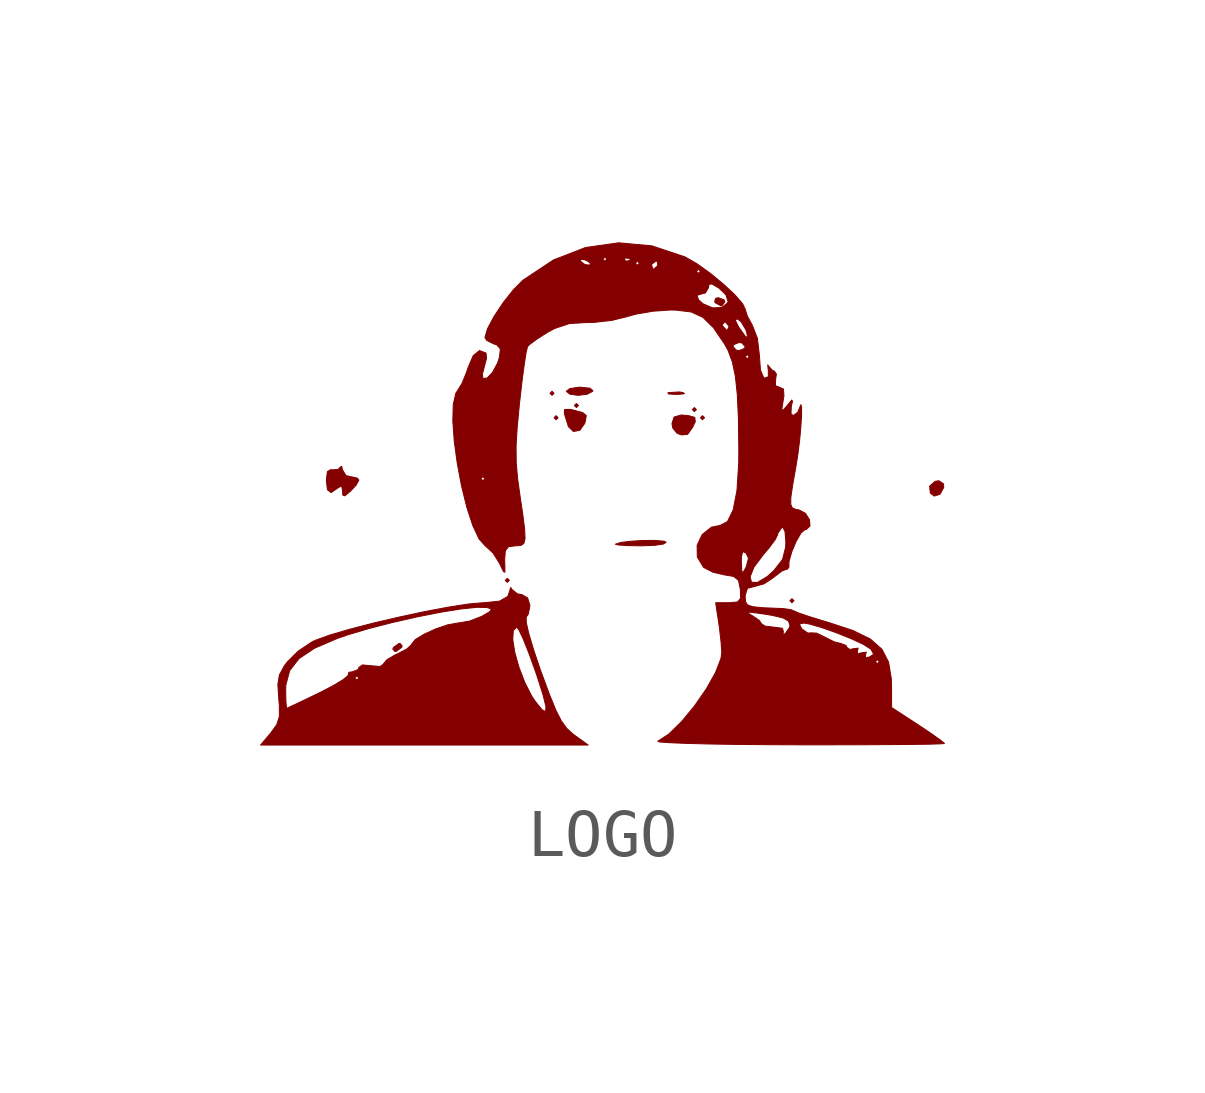
<source format=kicad_sym>
(kicad_symbol_lib
  (version 20220914)
  (generator "bitmap2component")
  (generator_version "9.0")
  (symbol "LOGO"
    (pin_names
      (offset 1.016))
    (property "Reference" "#G"
      (at 0 5.63 0)
      (effects (font (size 1.27 1.27)) hide))
    (symbol "LOGO_0_0"
      (polyline (pts (xy -0.344 -6.054) (xy -0.375 -6.03) (xy -0.499 -5.916) (xy -0.61 -5.763) (xy -0.724 -5.54) (xy -0.856 -5.216) (xy -1.024 -4.763) (xy -1.051 -4.689) (xy -1.188 -4.281) (xy -1.288 -3.945) (xy -1.342 -3.709) (xy -1.342 -3.603) (xy -1.298 -3.537) (xy -1.264 -3.359) (xy -1.313 -3.201) (xy -1.432 -3.133) (xy -1.527 -3.116) (xy -1.637 -3.027) (xy -1.665 -2.984) (xy -1.687 -3.06) (xy -1.725 -3.17) (xy -1.901 -3.27) (xy -2.224 -3.302) (xy -2.243 -3.302) (xy -2.541 -3.328) (xy -2.958 -3.393) (xy -3.454 -3.486) (xy -3.989 -3.601) (xy -4.525 -3.726) (xy -5.021 -3.855) (xy -5.437 -3.977) (xy -5.734 -4.085) (xy -5.805 -4.119) (xy -6.089 -4.309) (xy -6.317 -4.535) (xy -6.385 -4.627) (xy -6.482 -4.808) (xy -6.513 -5.005) (xy -6.506 -5.114) (xy -6.35 -5.114) (xy -6.346 -5.012) (xy -6.267 -4.715) (xy -6.074 -4.466) (xy -5.749 -4.249) (xy -5.273 -4.045) (xy -5.053 -3.969) (xy -4.612 -3.838) (xy -4.121 -3.712) (xy -3.615 -3.597) (xy -3.131 -3.501) (xy -2.703 -3.432) (xy -2.367 -3.397) (xy -2.157 -3.402) (xy -2.07 -3.432) (xy -2.096 -3.485) (xy -2.261 -3.581) (xy -2.271 -3.587) (xy -2.526 -3.685) (xy -2.763 -3.725) (xy -2.772 -3.725) (xy -2.976 -3.762) (xy -3.226 -3.847) (xy -3.469 -3.958) (xy -3.649 -4.068) (xy -1.622 -4.068) (xy -1.611 -3.881) (xy -1.538 -3.81) (xy -1.494 -3.866) (xy -1.405 -4.054) (xy -1.29 -4.342) (xy -1.161 -4.699) (xy -1.111 -4.843) (xy -0.988 -5.232) (xy -0.93 -5.473) (xy -0.939 -5.57) (xy -1.014 -5.529) (xy -1.154 -5.355) (xy -1.226 -5.247) (xy -1.372 -4.961) (xy -1.493 -4.645) (xy -1.58 -4.335) (xy -1.622 -4.068) (xy -3.649 -4.068) (xy -3.652 -4.07) (xy -3.725 -4.16) (xy -3.73 -4.176) (xy -3.83 -4.266) (xy -4.022 -4.366) (xy -4.072 -4.388) (xy -4.247 -4.492) (xy -4.318 -4.58) (xy -4.381 -4.63) (xy -4.572 -4.614) (xy -4.753 -4.597) (xy -4.826 -4.65) (xy -4.846 -4.696) (xy -4.967 -4.741) (xy -5.034 -4.751) (xy -5.05 -4.8) (xy -5.051 -4.818) (xy -5.111 -4.868) (xy -4.911 -4.868) (xy -4.868 -4.826) (xy -4.826 -4.868) (xy -4.868 -4.911) (xy -4.911 -4.868) (xy -5.111 -4.868) (xy -5.152 -4.902) (xy -5.362 -5.029) (xy -5.649 -5.178) (xy -5.776 -5.239) (xy -6.052 -5.372) (xy -6.249 -5.464) (xy -6.329 -5.5) (xy -6.335 -5.482) (xy -6.346 -5.343) (xy -6.35 -5.114) (xy -6.506 -5.114) (xy -6.495 -5.294) (xy -6.482 -5.437) (xy -6.482 -5.672) (xy -6.536 -5.841) (xy -6.66 -6.012) (xy -6.873 -6.265) (xy -3.462 -6.265) (xy -0.052 -6.265) (xy -0.344 -6.054)) (stroke (width 0.01) (type default)) (fill (type outline)))
      (polyline (pts (xy 5.641 -6.259) (xy 6.212 -6.256) (xy 6.689 -6.252) (xy 7.052 -6.247) (xy 7.284 -6.24) (xy 7.366 -6.233) (xy 7.362 -6.227) (xy 7.269 -6.152) (xy 7.075 -6.015) (xy 6.816 -5.842) (xy 6.265 -5.483) (xy 6.265 -5.076) (xy 6.26 -4.885) (xy 6.203 -4.538) (xy 6.065 -4.271) (xy 5.824 -4.058) (xy 5.459 -3.879) (xy 4.947 -3.711) (xy 4.845 -3.681) (xy 4.547 -3.589) (xy 4.329 -3.515) (xy 4.233 -3.473) (xy 4.169 -3.445) (xy 4 -3.423) (xy 3.919 -3.42) (xy 3.58 -3.406) (xy 3.373 -3.385) (xy 3.265 -3.346) (xy 3.224 -3.28) (xy 3.217 -3.175) (xy 3.218 -3.15) (xy 3.263 -3.002) (xy 3.413 -2.963) (xy 3.611 -2.908) (xy 3.813 -2.773) (xy 3.827 -2.76) (xy 3.983 -2.641) (xy 4.083 -2.603) (xy 4.094 -2.606) (xy 4.128 -2.561) (xy 4.129 -2.448) (xy 4.186 -2.245) (xy 4.278 -2.026) (xy 4.379 -1.85) (xy 4.464 -1.778) (xy 4.491 -1.776) (xy 4.567 -1.703) (xy 4.555 -1.572) (xy 4.473 -1.441) (xy 4.339 -1.37) (xy 4.272 -1.359) (xy 4.2 -1.329) (xy 4.166 -1.255) (xy 4.168 -1.107) (xy 4.205 -0.855) (xy 4.274 -0.466) (xy 4.314 -0.215) (xy 4.351 0.081) (xy 4.377 0.364) (xy 4.391 0.602) (xy 4.392 0.765) (xy 4.377 0.822) (xy 4.344 0.741) (xy 4.31 0.663) (xy 4.217 0.593) (xy 4.171 0.636) (xy 4.177 0.783) (xy 4.203 0.894) (xy 4.187 0.919) (xy 4.092 0.804) (xy 4.085 0.796) (xy 4.001 0.7) (xy 3.981 0.732) (xy 4.009 0.91) (xy 4.024 1.004) (xy 4.014 1.147) (xy 3.929 1.185) (xy 3.846 1.217) (xy 3.852 1.355) (xy 3.867 1.458) (xy 3.822 1.524) (xy 3.788 1.531) (xy 3.701 1.63) (xy 3.686 1.649) (xy 3.699 1.537) (xy 3.7 1.403) (xy 3.623 1.375) (xy 3.6 1.389) (xy 3.536 1.54) (xy 3.514 1.832) (xy 3.514 1.844) (xy 3.472 2.204) (xy 3.365 2.477) (xy 3.261 2.669) (xy 3.217 2.812) (xy 3.163 2.925) (xy 3.001 3.111) (xy 2.765 3.331) (xy 2.492 3.556) (xy 2.216 3.754) (xy 1.972 3.894) (xy 1.956 3.902) (xy 1.274 4.129) (xy 0.58 4.192) (xy -0.108 4.094) (xy -0.73 3.852) (xy 0.254 3.852) (xy 0.296 3.895) (xy 0.324 3.866) (xy 0.706 3.866) (xy 0.718 3.877) (xy 0.818 3.866) (xy 0.832 3.841) (xy 0.762 3.81) (xy 0.717 3.816) (xy 0.706 3.866) (xy 0.324 3.866) (xy 0.339 3.852) (xy 0.296 3.81) (xy 0.254 3.852) (xy -0.73 3.852) (xy -0.74 3.848) (xy -0.219 3.848) (xy -0.132 3.842) (xy -0.067 3.813) (xy -0.011 3.768) (xy 0.931 3.768) (xy 0.974 3.81) (xy 1.016 3.768) (xy 0.974 3.725) (xy 1.27 3.725) (xy 1.273 3.749) (xy 1.36 3.81) (xy 1.39 3.803) (xy 1.397 3.725) (xy 1.379 3.7) (xy 1.307 3.641) (xy 1.299 3.643) (xy 1.27 3.725) (xy 0.974 3.725) (xy 0.931 3.768) (xy -0.011 3.768) (xy -0.000100 3.759) (xy -0.024 3.727) (xy -0.121 3.739) (xy -0.211 3.809) (xy -0.219 3.848) (xy -0.74 3.848) (xy -0.775 3.835) (xy -1.132 3.598) (xy 2.201 3.598) (xy 2.244 3.641) (xy 2.286 3.598) (xy 2.244 3.556) (xy 2.201 3.598) (xy -1.132 3.598) (xy -1.404 3.418) (xy -1.406 3.417) (xy -1.609 3.214) (xy -1.701 3.098) (xy 2.212 3.098) (xy 2.328 3.133) (xy 2.388 3.148) (xy 2.455 3.262) (xy 2.462 3.324) (xy 2.52 3.337) (xy 2.671 3.249) (xy 2.815 3.111) (xy 2.86 2.972) (xy 2.85 2.94) (xy 2.731 2.846) (xy 2.54 2.837) (xy 2.342 2.921) (xy 2.248 3.003) (xy 2.212 3.098) (xy -1.701 3.098) (xy -1.821 2.946) (xy -2.011 2.66) (xy -2.149 2.402) (xy -2.201 2.221) (xy -2.164 2.16) (xy -2.022 2.089) (xy -1.956 2.068) (xy -1.88 1.983) (xy -1.9 1.804) (xy -1.94 1.684) (xy -2.042 1.496) (xy -2.155 1.376) (xy -2.244 1.369) (xy -2.254 1.457) (xy -2.209 1.631) (xy -2.168 1.788) (xy -2.179 1.896) (xy -2.179 1.897) (xy -2.315 1.949) (xy -2.445 1.843) (xy -2.555 1.587) (xy -2.583 1.5) (xy -2.679 1.264) (xy -2.77 1.116) (xy -2.807 1.06) (xy -2.861 0.826) (xy -2.87 0.481) (xy -2.84 0.06) (xy -2.777 -0.403) (xy -2.717 -0.72) (xy -2.286 -0.72) (xy -2.244 -0.677) (xy -2.201 -0.72) (xy -2.244 -0.762) (xy -2.286 -0.72) (xy -2.717 -0.72) (xy -2.688 -0.873) (xy -2.579 -1.314) (xy -2.455 -1.693) (xy -2.324 -1.974) (xy -2.192 -2.122) (xy -2.186 -2.125) (xy -2.03 -2.27) (xy -1.897 -2.483) (xy -1.891 -2.496) (xy -1.815 -2.654) (xy -1.785 -2.666) (xy -1.786 -2.54) (xy -1.791 -2.411) (xy -1.777 -2.219) (xy -1.709 -2.135) (xy -1.566 -2.117) (xy -1.548 -2.117) (xy -1.451 -2.108) (xy -1.391 -2.067) (xy -1.366 -1.966) (xy -1.374 -1.778) (xy -1.411 -1.477) (xy -1.477 -1.035) (xy -1.522 -0.709) (xy -1.55 -0.379) (xy -1.553 -0.045) (xy -1.53 0.345) (xy -1.482 0.848) (xy -1.474 0.915) (xy -1.427 1.326) (xy -1.381 1.671) (xy -1.342 1.918) (xy -1.314 2.03) (xy -1.275 2.071) (xy -1.117 2.189) (xy -0.894 2.33) (xy -0.75 2.408) (xy -0.44 2.511) (xy -0.073 2.533) (xy 0.071 2.535) (xy 0.44 2.577) (xy 0.762 2.656) (xy 0.941 2.707) (xy 1.3 2.768) (xy 1.66 2.793) (xy 1.772 2.791) (xy 2.091 2.753) (xy 2.337 2.64) (xy 2.397 2.581) (xy 3.011 2.581) (xy 3.053 2.609) (xy 3.132 2.549) (xy 3.228 2.388) (xy 3.246 2.335) (xy 3.271 2.217) (xy 3.219 2.246) (xy 3.092 2.423) (xy 3.082 2.438) (xy 3.011 2.581) (xy 2.397 2.581) (xy 2.491 2.488) (xy 2.738 2.488) (xy 2.789 2.54) (xy 2.813 2.537) (xy 2.879 2.455) (xy 2.878 2.436) (xy 2.841 2.371) (xy 2.828 2.375) (xy 2.752 2.455) (xy 2.738 2.488) (xy 2.491 2.488) (xy 2.556 2.425) (xy 2.791 2.08) (xy 2.817 2.032) (xy 2.963 2.032) (xy 2.978 2.071) (xy 3.09 2.117) (xy 3.149 2.107) (xy 3.217 2.032) (xy 3.203 1.993) (xy 3.09 1.947) (xy 3.032 1.957) (xy 2.963 2.032) (xy 2.817 2.032) (xy 2.863 1.948) (xy 2.91 1.82) (xy 3.217 1.82) (xy 3.26 1.863) (xy 3.302 1.82) (xy 3.26 1.778) (xy 3.217 1.82) (xy 2.91 1.82) (xy 2.95 1.712) (xy 3.013 1.413) (xy 3.054 1.024) (xy 3.077 0.52) (xy 3.085 -0.127) (xy 3.082 -0.409) (xy 3.046 -0.966) (xy 2.968 -1.368) (xy 2.849 -1.611) (xy 2.692 -1.693) (xy 2.515 -1.729) (xy 2.323 -1.881) (xy 2.217 -2.105) (xy 2.22 -2.349) (xy 2.287 -2.46) (xy 3.138 -2.46) (xy 3.139 -2.344) (xy 3.165 -2.237) (xy 3.231 -2.266) (xy 3.287 -2.375) (xy 3.237 -2.558) (xy 3.23 -2.573) (xy 3.172 -2.677) (xy 3.147 -2.644) (xy 3.138 -2.46) (xy 2.287 -2.46) (xy 2.349 -2.563) (xy 2.356 -2.568) (xy 2.547 -2.667) (xy 2.794 -2.724) (xy 2.977 -2.754) (xy 2.987 -2.762) (xy 3.32 -2.762) (xy 3.399 -2.563) (xy 3.598 -2.297) (xy 3.706 -2.171) (xy 3.842 -1.989) (xy 3.895 -1.879) (xy 3.898 -1.853) (xy 3.979 -1.736) (xy 3.999 -1.731) (xy 4.046 -1.816) (xy 4.064 -2.034) (xy 4.06 -2.144) (xy 3.995 -2.401) (xy 3.816 -2.631) (xy 3.675 -2.759) (xy 3.471 -2.88) (xy 3.348 -2.874) (xy 3.32 -2.762) (xy 2.987 -2.762) (xy 3.079 -2.838) (xy 3.117 -3.027) (xy 3.122 -3.209) (xy 3.057 -3.287) (xy 2.873 -3.302) (xy 2.603 -3.302) (xy 2.634 -3.51) (xy 3.264 -3.51) (xy 3.314 -3.499) (xy 3.514 -3.523) (xy 3.782 -3.565) (xy 4.007 -3.619) (xy 4.118 -3.683) (xy 4.141 -3.748) (xy 4.344 -3.748) (xy 4.431 -3.725) (xy 4.56 -3.746) (xy 4.814 -3.82) (xy 5.121 -3.929) (xy 5.427 -4.052) (xy 5.677 -4.168) (xy 5.818 -4.258) (xy 5.844 -4.284) (xy 5.893 -4.374) (xy 5.802 -4.432) (xy 5.721 -4.45) (xy 5.724 -4.387) (xy 5.739 -4.331) (xy 5.64 -4.345) (xy 5.552 -4.365) (xy 5.555 -4.303) (xy 5.57 -4.247) (xy 5.475 -4.259) (xy 5.397 -4.275) (xy 5.334 -4.231) (xy 5.319 -4.192) (xy 5.204 -4.149) (xy 5.064 -4.114) (xy 4.869 -4.014) (xy 4.705 -3.935) (xy 4.585 -3.929) (xy 4.523 -3.934) (xy 4.402 -3.851) (xy 4.394 -3.842) (xy 4.344 -3.748) (xy 4.141 -3.748) (xy 4.149 -3.768) (xy 4.142 -3.814) (xy 4.051 -3.945) (xy 4.003 -3.966) (xy 4.013 -3.908) (xy 4.014 -3.907) (xy 3.994 -3.834) (xy 3.815 -3.81) (xy 3.808 -3.81) (xy 3.63 -3.788) (xy 3.556 -3.738) (xy 3.51 -3.669) (xy 3.365 -3.571) (xy 3.348 -3.562) (xy 3.264 -3.51) (xy 2.634 -3.51) (xy 2.664 -3.704) (xy 2.68 -3.815) (xy 2.714 -4.11) (xy 2.73 -4.336) (xy 2.713 -4.462) (xy 2.687 -4.53) (xy 5.927 -4.53) (xy 5.969 -4.487) (xy 6.011 -4.53) (xy 5.969 -4.572) (xy 5.927 -4.53) (xy 2.687 -4.53) (xy 2.601 -4.753) (xy 2.408 -5.096) (xy 2.162 -5.451) (xy 1.893 -5.777) (xy 1.629 -6.035) (xy 1.399 -6.185) (xy 1.397 -6.186) (xy 1.445 -6.202) (xy 1.644 -6.216) (xy 1.977 -6.23) (xy 2.426 -6.242) (xy 2.974 -6.251) (xy 3.603 -6.257) (xy 4.297 -6.26) (xy 4.996 -6.26) (xy 5.641 -6.259)) (stroke (width 0.01) (type default)) (fill (type outline)))
      (polyline (pts (xy 4.233 -3.26) (xy 4.191 -3.217) (xy 4.149 -3.26) (xy 4.191 -3.302) (xy 4.233 -3.26)) (stroke (width 0.01) (type default)) (fill (type outline)))
      (polyline (pts (xy -1.693 -2.836) (xy -1.736 -2.794) (xy -1.778 -2.836) (xy -1.736 -2.879) (xy -1.693 -2.836)) (stroke (width 0.01) (type default)) (fill (type outline)))
      (polyline (pts (xy 1.061 -2.117) (xy 1.336 -2.106) (xy 1.519 -2.079) (xy 1.572 -2.041) (xy 1.525 -2.021) (xy 1.351 -2.005) (xy 1.105 -2.006) (xy 0.844 -2.021) (xy 0.628 -2.047) (xy 0.515 -2.083) (xy 0.514 -2.084) (xy 0.578 -2.1) (xy 0.77 -2.112) (xy 1.049 -2.117) (xy 1.061 -2.117)) (stroke (width 0.01) (type default)) (fill (type outline)))
      (polyline (pts (xy -4.995 -0.974) (xy -4.883 -0.853) (xy -4.826 -0.749) (xy -4.858 -0.707) (xy -4.995 -0.677) (xy -5.095 -0.654) (xy -5.171 -0.529) (xy -5.183 -0.462) (xy -5.219 -0.482) (xy -5.253 -0.524) (xy -5.382 -0.536) (xy -5.408 -0.529) (xy -5.482 -0.571) (xy -5.503 -0.753) (xy -5.481 -0.949) (xy -5.404 -1.009) (xy -5.266 -0.914) (xy -5.186 -0.867) (xy -5.165 -0.97) (xy -5.16 -1.061) (xy -5.118 -1.076) (xy -4.995 -0.974)) (stroke (width 0.01) (type default)) (fill (type outline)))
      (polyline (pts (xy 7.273 -1.044) (xy 7.351 -0.903) (xy 7.347 -0.827) (xy 7.25 -0.762) (xy 7.17 -0.775) (xy 7.058 -0.875) (xy 7.072 -1.02) (xy 7.152 -1.081) (xy 7.273 -1.044)) (stroke (width 0.01) (type default)) (fill (type outline)))
      (polyline (pts (xy 2.019 0.204) (xy 2.12 0.346) (xy 2.178 0.466) (xy 2.168 0.557) (xy 2.032 0.595) (xy 1.888 0.607) (xy 1.737 0.565) (xy 1.693 0.43) (xy 1.71 0.335) (xy 1.799 0.225) (xy 1.893 0.192) (xy 2.019 0.204)) (stroke (width 0.01) (type default)) (fill (type outline)))
      (polyline (pts (xy -0.226 0.288) (xy -0.125 0.43) (xy -0.11 0.479) (xy -0.092 0.595) (xy -0.162 0.655) (xy -0.358 0.709) (xy -0.427 0.724) (xy -0.544 0.721) (xy -0.548 0.636) (xy -0.531 0.583) (xy -0.468 0.381) (xy -0.462 0.363) (xy -0.359 0.263) (xy -0.226 0.288)) (stroke (width 0.01) (type default)) (fill (type outline)))
      (polyline (pts (xy -0.677 0.55) (xy -0.72 0.593) (xy -0.762 0.55) (xy -0.72 0.508) (xy -0.677 0.55)) (stroke (width 0.01) (type default)) (fill (type outline)))
      (polyline (pts (xy 2.371 0.55) (xy 2.328 0.593) (xy 2.286 0.55) (xy 2.328 0.508) (xy 2.371 0.55)) (stroke (width 0.01) (type default)) (fill (type outline)))
      (polyline (pts (xy 2.201 0.72) (xy 2.159 0.762) (xy 2.117 0.72) (xy 2.159 0.677) (xy 2.201 0.72)) (stroke (width 0.01) (type default)) (fill (type outline)))
      (polyline (pts (xy -0.254 0.804) (xy -0.296 0.847) (xy -0.339 0.804) (xy -0.296 0.762) (xy -0.254 0.804)) (stroke (width 0.01) (type default)) (fill (type outline)))
      (polyline (pts (xy -0.762 1.058) (xy -0.804 1.101) (xy -0.847 1.058) (xy -0.804 1.016) (xy -0.762 1.058)) (stroke (width 0.01) (type default)) (fill (type outline)))
      (polyline (pts (xy -0.072 1.04) (xy 0.042 1.101) (xy 0.047 1.112) (xy -0.014 1.165) (xy -0.207 1.185) (xy -0.25 1.185) (xy -0.434 1.156) (xy -0.508 1.101) (xy -0.435 1.041) (xy -0.259 1.016) (xy -0.072 1.04)) (stroke (width 0.01) (type default)) (fill (type outline)))
      (polyline (pts (xy 1.835 1.036) (xy 1.952 1.05) (xy 1.926 1.074) (xy 1.845 1.087) (xy 1.63 1.074) (xy 1.606 1.067) (xy 1.624 1.044) (xy 1.778 1.036) (xy 1.835 1.036)) (stroke (width 0.01) (type default)) (fill (type outline)))
      (polyline (pts (xy -4.049 -4.315) (xy -3.937 -4.233) (xy -3.924 -4.201) (xy -3.969 -4.149) (xy -3.994 -4.152) (xy -4.106 -4.233) (xy -4.12 -4.266) (xy -4.074 -4.318) (xy -4.049 -4.315)) (stroke (width 0.01) (type default)) (fill (type outline)))
      (polyline (pts (xy 2.733 2.881) (xy 2.794 2.963) (xy 2.778 3.004) (xy 2.662 3.048) (xy 2.601 3.036) (xy 2.582 2.963) (xy 2.6 2.94) (xy 2.714 2.879) (xy 2.733 2.881)) (stroke (width 0.01) (type default)) (fill (type outline))))))
</source>
